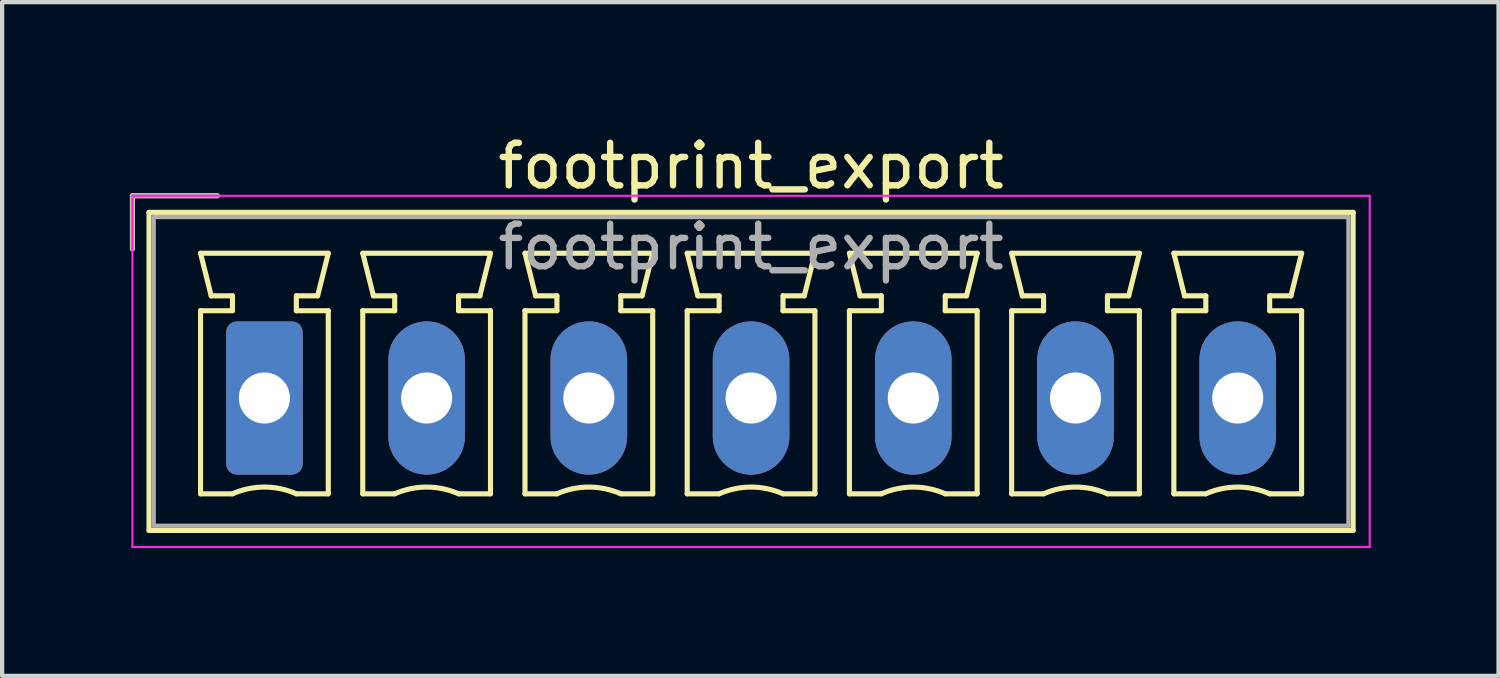
<source format=kicad_pcb>
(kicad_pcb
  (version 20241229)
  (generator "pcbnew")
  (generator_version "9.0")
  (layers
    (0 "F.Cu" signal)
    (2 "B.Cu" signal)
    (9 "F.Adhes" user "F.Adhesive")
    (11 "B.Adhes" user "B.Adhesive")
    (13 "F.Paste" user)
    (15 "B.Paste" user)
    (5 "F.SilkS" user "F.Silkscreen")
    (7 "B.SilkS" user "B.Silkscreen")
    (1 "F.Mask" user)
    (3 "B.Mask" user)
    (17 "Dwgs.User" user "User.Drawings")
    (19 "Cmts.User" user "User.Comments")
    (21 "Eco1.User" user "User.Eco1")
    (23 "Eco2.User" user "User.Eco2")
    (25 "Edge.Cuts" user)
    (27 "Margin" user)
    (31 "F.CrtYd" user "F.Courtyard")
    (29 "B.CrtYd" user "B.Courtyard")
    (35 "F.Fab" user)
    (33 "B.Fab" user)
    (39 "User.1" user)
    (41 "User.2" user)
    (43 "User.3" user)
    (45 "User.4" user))
  (footprint "footprint_export"
    (layer "F.Cu")
    (at 3.16 6.298)
    (property "Reference" "footprint_export" (at 11.43 -5.45 0) (layer "F.SilkS") (effects (font (size 1 1) (thickness 0.15))))
    (attr through_hole)
    (fp_line (start -3.1 -4.75) (end -1.1 -4.75) (stroke (width 0.12) (type solid)) (layer "F.SilkS"))
    (fp_line (start -3.1 -3.5) (end -3.1 -4.75) (stroke (width 0.12) (type solid)) (layer "F.SilkS"))
    (fp_line (start -2.71 -4.36) (end -2.71 3.11) (stroke (width 0.12) (type solid)) (layer "F.SilkS"))
    (fp_line (start -2.71 3.11) (end 25.57 3.11) (stroke (width 0.12) (type solid)) (layer "F.SilkS"))
    (fp_line (start -1.5 -3.4) (end 1.5 -3.4) (stroke (width 0.12) (type solid)) (layer "F.SilkS"))
    (fp_line (start -1.5 -2.05) (end -0.75 -2.05) (stroke (width 0.12) (type solid)) (layer "F.SilkS"))
    (fp_line (start -1.5 2.25) (end -1.5 -2.05) (stroke (width 0.12) (type solid)) (layer "F.SilkS"))
    (fp_line (start -1.25 -2.4) (end -1.5 -3.4) (stroke (width 0.12) (type solid)) (layer "F.SilkS"))
    (fp_line (start -0.75 -2.4) (end -1.25 -2.4) (stroke (width 0.12) (type solid)) (layer "F.SilkS"))
    (fp_line (start -0.75 -2.05) (end -0.75 -2.4) (stroke (width 0.12) (type solid)) (layer "F.SilkS"))
    (fp_line (start -0.75 2.25) (end -1.5 2.25) (stroke (width 0.12) (type solid)) (layer "F.SilkS"))
    (fp_line (start 0.75 -2.4) (end 0.75 -2.05) (stroke (width 0.12) (type solid)) (layer "F.SilkS"))
    (fp_line (start 0.75 -2.05) (end 1.5 -2.05) (stroke (width 0.12) (type solid)) (layer "F.SilkS"))
    (fp_line (start 1.25 -2.4) (end 0.75 -2.4) (stroke (width 0.12) (type solid)) (layer "F.SilkS"))
    (fp_line (start 1.5 -3.4) (end 1.25 -2.4) (stroke (width 0.12) (type solid)) (layer "F.SilkS"))
    (fp_line (start 1.5 -2.05) (end 1.5 2.25) (stroke (width 0.12) (type solid)) (layer "F.SilkS"))
    (fp_line (start 1.5 2.25) (end 0.75 2.25) (stroke (width 0.12) (type solid)) (layer "F.SilkS"))
    (fp_line (start 2.31 -3.4) (end 5.31 -3.4) (stroke (width 0.12) (type solid)) (layer "F.SilkS"))
    (fp_line (start 2.31 -2.05) (end 3.06 -2.05) (stroke (width 0.12) (type solid)) (layer "F.SilkS"))
    (fp_line (start 2.31 2.25) (end 2.31 -2.05) (stroke (width 0.12) (type solid)) (layer "F.SilkS"))
    (fp_line (start 2.56 -2.4) (end 2.31 -3.4) (stroke (width 0.12) (type solid)) (layer "F.SilkS"))
    (fp_line (start 3.06 -2.4) (end 2.56 -2.4) (stroke (width 0.12) (type solid)) (layer "F.SilkS"))
    (fp_line (start 3.06 -2.05) (end 3.06 -2.4) (stroke (width 0.12) (type solid)) (layer "F.SilkS"))
    (fp_line (start 3.06 2.25) (end 2.31 2.25) (stroke (width 0.12) (type solid)) (layer "F.SilkS"))
    (fp_line (start 4.56 -2.4) (end 4.56 -2.05) (stroke (width 0.12) (type solid)) (layer "F.SilkS"))
    (fp_line (start 4.56 -2.05) (end 5.31 -2.05) (stroke (width 0.12) (type solid)) (layer "F.SilkS"))
    (fp_line (start 5.06 -2.4) (end 4.56 -2.4) (stroke (width 0.12) (type solid)) (layer "F.SilkS"))
    (fp_line (start 5.31 -3.4) (end 5.06 -2.4) (stroke (width 0.12) (type solid)) (layer "F.SilkS"))
    (fp_line (start 5.31 -2.05) (end 5.31 2.25) (stroke (width 0.12) (type solid)) (layer "F.SilkS"))
    (fp_line (start 5.31 2.25) (end 4.56 2.25) (stroke (width 0.12) (type solid)) (layer "F.SilkS"))
    (fp_line (start 6.12 -3.4) (end 9.12 -3.4) (stroke (width 0.12) (type solid)) (layer "F.SilkS"))
    (fp_line (start 6.12 -2.05) (end 6.87 -2.05) (stroke (width 0.12) (type solid)) (layer "F.SilkS"))
    (fp_line (start 6.12 2.25) (end 6.12 -2.05) (stroke (width 0.12) (type solid)) (layer "F.SilkS"))
    (fp_line (start 6.37 -2.4) (end 6.12 -3.4) (stroke (width 0.12) (type solid)) (layer "F.SilkS"))
    (fp_line (start 6.87 -2.4) (end 6.37 -2.4) (stroke (width 0.12) (type solid)) (layer "F.SilkS"))
    (fp_line (start 6.87 -2.05) (end 6.87 -2.4) (stroke (width 0.12) (type solid)) (layer "F.SilkS"))
    (fp_line (start 6.87 2.25) (end 6.12 2.25) (stroke (width 0.12) (type solid)) (layer "F.SilkS"))
    (fp_line (start 8.37 -2.4) (end 8.37 -2.05) (stroke (width 0.12) (type solid)) (layer "F.SilkS"))
    (fp_line (start 8.37 -2.05) (end 9.12 -2.05) (stroke (width 0.12) (type solid)) (layer "F.SilkS"))
    (fp_line (start 8.87 -2.4) (end 8.37 -2.4) (stroke (width 0.12) (type solid)) (layer "F.SilkS"))
    (fp_line (start 9.12 -3.4) (end 8.87 -2.4) (stroke (width 0.12) (type solid)) (layer "F.SilkS"))
    (fp_line (start 9.12 -2.05) (end 9.12 2.25) (stroke (width 0.12) (type solid)) (layer "F.SilkS"))
    (fp_line (start 9.12 2.25) (end 8.37 2.25) (stroke (width 0.12) (type solid)) (layer "F.SilkS"))
    (fp_line (start 9.93 -3.4) (end 12.93 -3.4) (stroke (width 0.12) (type solid)) (layer "F.SilkS"))
    (fp_line (start 9.93 -2.05) (end 10.68 -2.05) (stroke (width 0.12) (type solid)) (layer "F.SilkS"))
    (fp_line (start 9.93 2.25) (end 9.93 -2.05) (stroke (width 0.12) (type solid)) (layer "F.SilkS"))
    (fp_line (start 10.18 -2.4) (end 9.93 -3.4) (stroke (width 0.12) (type solid)) (layer "F.SilkS"))
    (fp_line (start 10.68 -2.4) (end 10.18 -2.4) (stroke (width 0.12) (type solid)) (layer "F.SilkS"))
    (fp_line (start 10.68 -2.05) (end 10.68 -2.4) (stroke (width 0.12) (type solid)) (layer "F.SilkS"))
    (fp_line (start 10.68 2.25) (end 9.93 2.25) (stroke (width 0.12) (type solid)) (layer "F.SilkS"))
    (fp_line (start 12.18 -2.4) (end 12.18 -2.05) (stroke (width 0.12) (type solid)) (layer "F.SilkS"))
    (fp_line (start 12.18 -2.05) (end 12.93 -2.05) (stroke (width 0.12) (type solid)) (layer "F.SilkS"))
    (fp_line (start 12.68 -2.4) (end 12.18 -2.4) (stroke (width 0.12) (type solid)) (layer "F.SilkS"))
    (fp_line (start 12.93 -3.4) (end 12.68 -2.4) (stroke (width 0.12) (type solid)) (layer "F.SilkS"))
    (fp_line (start 12.93 -2.05) (end 12.93 2.25) (stroke (width 0.12) (type solid)) (layer "F.SilkS"))
    (fp_line (start 12.93 2.25) (end 12.18 2.25) (stroke (width 0.12) (type solid)) (layer "F.SilkS"))
    (fp_line (start 13.74 -3.4) (end 16.74 -3.4) (stroke (width 0.12) (type solid)) (layer "F.SilkS"))
    (fp_line (start 13.74 -2.05) (end 14.49 -2.05) (stroke (width 0.12) (type solid)) (layer "F.SilkS"))
    (fp_line (start 13.74 2.25) (end 13.74 -2.05) (stroke (width 0.12) (type solid)) (layer "F.SilkS"))
    (fp_line (start 13.99 -2.4) (end 13.74 -3.4) (stroke (width 0.12) (type solid)) (layer "F.SilkS"))
    (fp_line (start 14.49 -2.4) (end 13.99 -2.4) (stroke (width 0.12) (type solid)) (layer "F.SilkS"))
    (fp_line (start 14.49 -2.05) (end 14.49 -2.4) (stroke (width 0.12) (type solid)) (layer "F.SilkS"))
    (fp_line (start 14.49 2.25) (end 13.74 2.25) (stroke (width 0.12) (type solid)) (layer "F.SilkS"))
    (fp_line (start 15.99 -2.4) (end 15.99 -2.05) (stroke (width 0.12) (type solid)) (layer "F.SilkS"))
    (fp_line (start 15.99 -2.05) (end 16.74 -2.05) (stroke (width 0.12) (type solid)) (layer "F.SilkS"))
    (fp_line (start 16.49 -2.4) (end 15.99 -2.4) (stroke (width 0.12) (type solid)) (layer "F.SilkS"))
    (fp_line (start 16.74 -3.4) (end 16.49 -2.4) (stroke (width 0.12) (type solid)) (layer "F.SilkS"))
    (fp_line (start 16.74 -2.05) (end 16.74 2.25) (stroke (width 0.12) (type solid)) (layer "F.SilkS"))
    (fp_line (start 16.74 2.25) (end 15.99 2.25) (stroke (width 0.12) (type solid)) (layer "F.SilkS"))
    (fp_line (start 17.55 -3.4) (end 20.55 -3.4) (stroke (width 0.12) (type solid)) (layer "F.SilkS"))
    (fp_line (start 17.55 -2.05) (end 18.3 -2.05) (stroke (width 0.12) (type solid)) (layer "F.SilkS"))
    (fp_line (start 17.55 2.25) (end 17.55 -2.05) (stroke (width 0.12) (type solid)) (layer "F.SilkS"))
    (fp_line (start 17.8 -2.4) (end 17.55 -3.4) (stroke (width 0.12) (type solid)) (layer "F.SilkS"))
    (fp_line (start 18.3 -2.4) (end 17.8 -2.4) (stroke (width 0.12) (type solid)) (layer "F.SilkS"))
    (fp_line (start 18.3 -2.05) (end 18.3 -2.4) (stroke (width 0.12) (type solid)) (layer "F.SilkS"))
    (fp_line (start 18.3 2.25) (end 17.55 2.25) (stroke (width 0.12) (type solid)) (layer "F.SilkS"))
    (fp_line (start 19.8 -2.4) (end 19.8 -2.05) (stroke (width 0.12) (type solid)) (layer "F.SilkS"))
    (fp_line (start 19.8 -2.05) (end 20.55 -2.05) (stroke (width 0.12) (type solid)) (layer "F.SilkS"))
    (fp_line (start 20.3 -2.4) (end 19.8 -2.4) (stroke (width 0.12) (type solid)) (layer "F.SilkS"))
    (fp_line (start 20.55 -3.4) (end 20.3 -2.4) (stroke (width 0.12) (type solid)) (layer "F.SilkS"))
    (fp_line (start 20.55 -2.05) (end 20.55 2.25) (stroke (width 0.12) (type solid)) (layer "F.SilkS"))
    (fp_line (start 20.55 2.25) (end 19.8 2.25) (stroke (width 0.12) (type solid)) (layer "F.SilkS"))
    (fp_line (start 21.36 -3.4) (end 24.36 -3.4) (stroke (width 0.12) (type solid)) (layer "F.SilkS"))
    (fp_line (start 21.36 -2.05) (end 22.11 -2.05) (stroke (width 0.12) (type solid)) (layer "F.SilkS"))
    (fp_line (start 21.36 2.25) (end 21.36 -2.05) (stroke (width 0.12) (type solid)) (layer "F.SilkS"))
    (fp_line (start 21.61 -2.4) (end 21.36 -3.4) (stroke (width 0.12) (type solid)) (layer "F.SilkS"))
    (fp_line (start 22.11 -2.4) (end 21.61 -2.4) (stroke (width 0.12) (type solid)) (layer "F.SilkS"))
    (fp_line (start 22.11 -2.05) (end 22.11 -2.4) (stroke (width 0.12) (type solid)) (layer "F.SilkS"))
    (fp_line (start 22.11 2.25) (end 21.36 2.25) (stroke (width 0.12) (type solid)) (layer "F.SilkS"))
    (fp_line (start 23.61 -2.4) (end 23.61 -2.05) (stroke (width 0.12) (type solid)) (layer "F.SilkS"))
    (fp_line (start 23.61 -2.05) (end 24.36 -2.05) (stroke (width 0.12) (type solid)) (layer "F.SilkS"))
    (fp_line (start 24.11 -2.4) (end 23.61 -2.4) (stroke (width 0.12) (type solid)) (layer "F.SilkS"))
    (fp_line (start 24.36 -3.4) (end 24.11 -2.4) (stroke (width 0.12) (type solid)) (layer "F.SilkS"))
    (fp_line (start 24.36 -2.05) (end 24.36 2.25) (stroke (width 0.12) (type solid)) (layer "F.SilkS"))
    (fp_line (start 24.36 2.25) (end 23.61 2.25) (stroke (width 0.12) (type solid)) (layer "F.SilkS"))
    (fp_line (start 25.57 -4.36) (end -2.71 -4.36) (stroke (width 0.12) (type solid)) (layer "F.SilkS"))
    (fp_line (start 25.57 3.11) (end 25.57 -4.36) (stroke (width 0.12) (type solid)) (layer "F.SilkS"))
    (fp_arc (start -0.75 2.25) (mid -0.000193 2.09191) (end 0.749647 2.249844) (stroke (width 0.12) (type solid)) (layer "F.SilkS"))
    (fp_arc (start 3.06 2.25) (mid 3.809807 2.09191) (end 4.559647 2.249844) (stroke (width 0.12) (type solid)) (layer "F.SilkS"))
    (fp_arc (start 6.87 2.25) (mid 7.619807 2.09191) (end 8.369647 2.249844) (stroke (width 0.12) (type solid)) (layer "F.SilkS"))
    (fp_arc (start 10.68 2.25) (mid 11.429807 2.09191) (end 12.179647 2.249844) (stroke (width 0.12) (type solid)) (layer "F.SilkS"))
    (fp_arc (start 14.49 2.25) (mid 15.239807 2.09191) (end 15.989647 2.249844) (stroke (width 0.12) (type solid)) (layer "F.SilkS"))
    (fp_arc (start 18.3 2.25) (mid 19.049807 2.09191) (end 19.799647 2.249844) (stroke (width 0.12) (type solid)) (layer "F.SilkS"))
    (fp_arc (start 22.11 2.25) (mid 22.859807 2.09191) (end 23.609647 2.249844) (stroke (width 0.12) (type solid)) (layer "F.SilkS"))
    (fp_line (start -3.1 -4.75) (end -3.1 3.5) (stroke (width 0.05) (type solid)) (layer "F.CrtYd"))
    (fp_line (start -3.1 3.5) (end 25.96 3.5) (stroke (width 0.05) (type solid)) (layer "F.CrtYd"))
    (fp_line (start 25.96 -4.75) (end -3.1 -4.75) (stroke (width 0.05) (type solid)) (layer "F.CrtYd"))
    (fp_line (start 25.96 3.5) (end 25.96 -4.75) (stroke (width 0.05) (type solid)) (layer "F.CrtYd"))
    (fp_line (start -3.1 -4.75) (end -1.1 -4.75) (stroke (width 0.1) (type solid)) (layer "F.Fab"))
    (fp_line (start -3.1 -3.5) (end -3.1 -4.75) (stroke (width 0.1) (type solid)) (layer "F.Fab"))
    (fp_line (start -2.6 -4.25) (end -2.6 3) (stroke (width 0.1) (type solid)) (layer "F.Fab"))
    (fp_line (start -2.6 3) (end 25.46 3) (stroke (width 0.1) (type solid)) (layer "F.Fab"))
    (fp_line (start 25.46 -4.25) (end -2.6 -4.25) (stroke (width 0.1) (type solid)) (layer "F.Fab"))
    (fp_line (start 25.46 3) (end 25.46 -4.25) (stroke (width 0.1) (type solid)) (layer "F.Fab"))
    (fp_text user "${REFERENCE}" (at 11.43 -3.55 0) (layer "F.Fab") (effects (font (size 1 1) (thickness 0.15))))
    (pad "1" thru_hole roundrect (at 0 0) (size 1.8 3.6) (drill 1.2) (layers "*.Cu" "*.Mask") (roundrect_rratio 0.139))
    (pad "2" thru_hole oval (at 3.81 0) (size 1.8 3.6) (drill 1.2) (layers "*.Cu" "*.Mask"))
    (pad "3" thru_hole oval (at 7.62 0) (size 1.8 3.6) (drill 1.2) (layers "*.Cu" "*.Mask"))
    (pad "4" thru_hole oval (at 11.43 0) (size 1.8 3.6) (drill 1.2) (layers "*.Cu" "*.Mask"))
    (pad "5" thru_hole oval (at 15.24 0) (size 1.8 3.6) (drill 1.2) (layers "*.Cu" "*.Mask"))
    (pad "6" thru_hole oval (at 19.05 0) (size 1.8 3.6) (drill 1.2) (layers "*.Cu" "*.Mask"))
    (pad "7" thru_hole oval (at 22.86 0) (size 1.8 3.6) (drill 1.2) (layers "*.Cu" "*.Mask")))
  (gr_rect
    (start -3 -3)
    (end 32.145 12.823)
    (stroke (width 0.1) (type default))
    (fill no)
    (layer "Edge.Cuts")))
</source>
